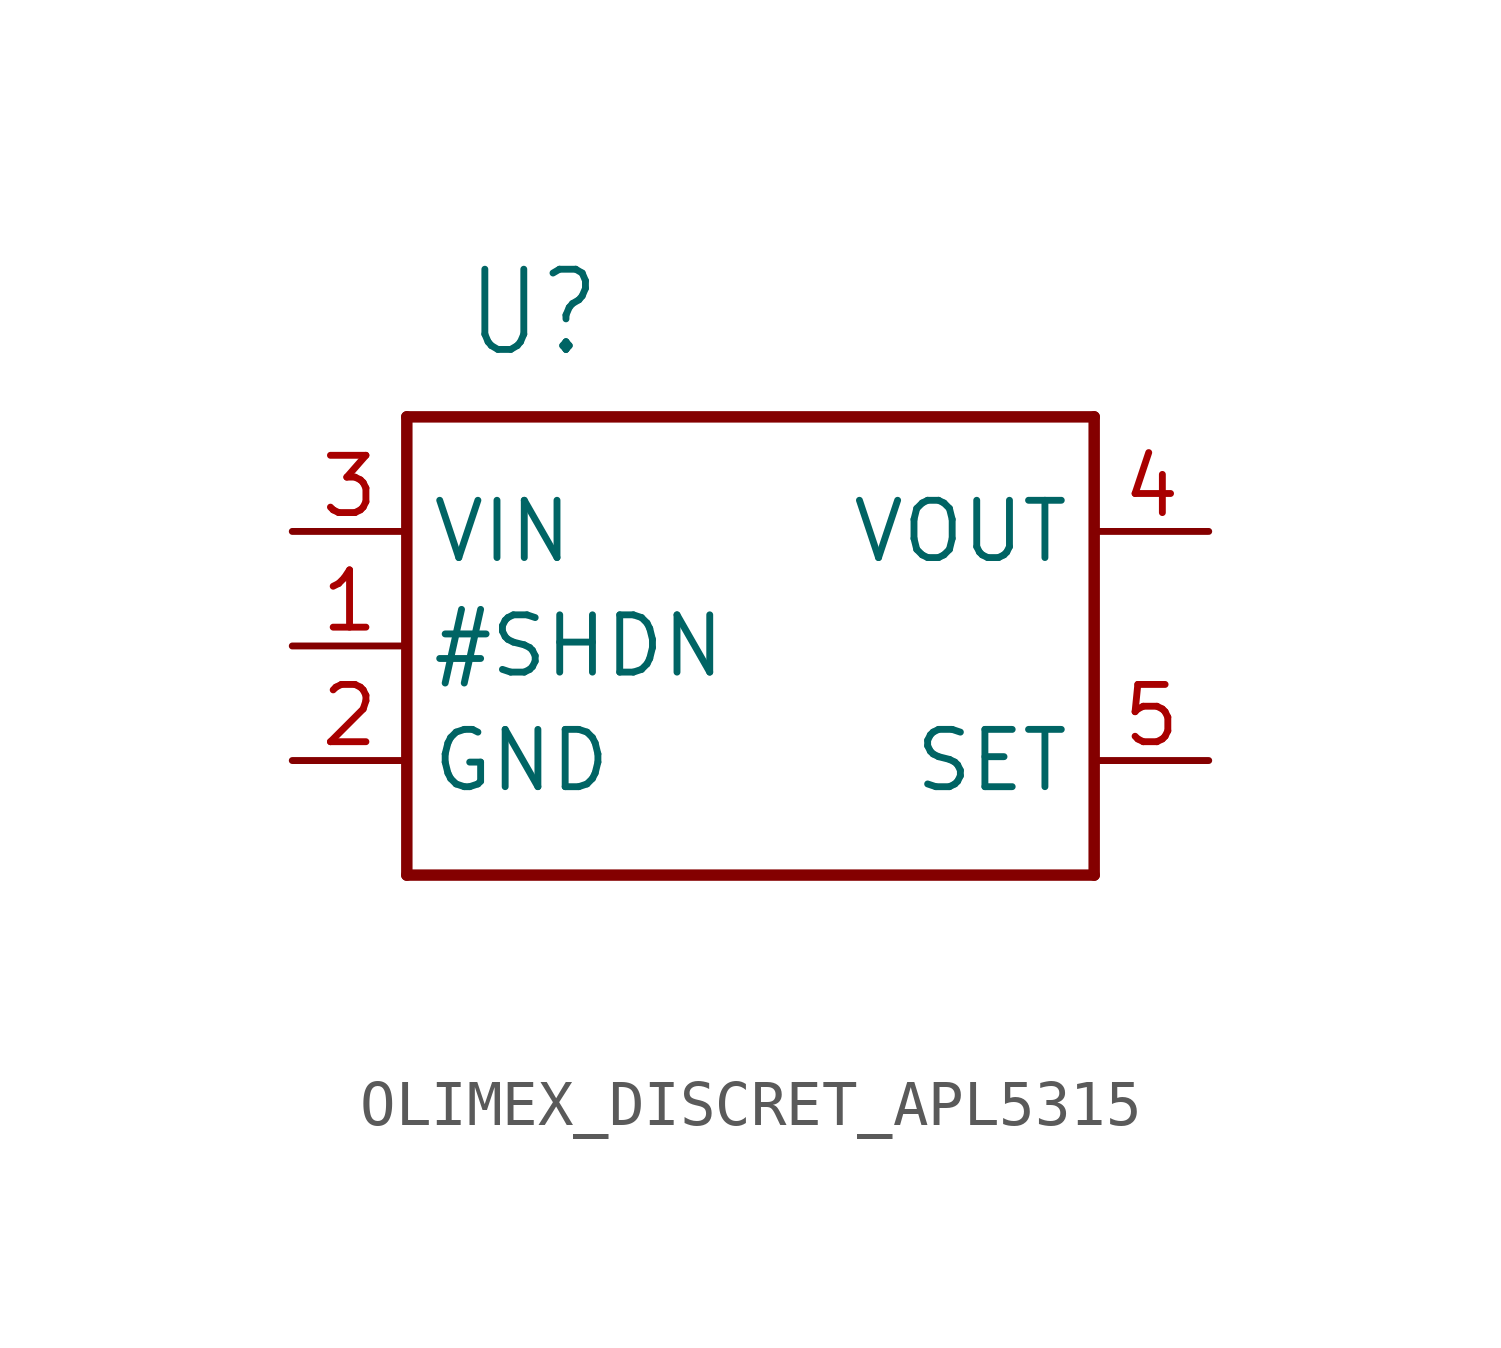
<source format=kicad_sym>
(kicad_symbol_lib
  (version 20231120)
  (generator "kicad_symbol_editor")
  (generator_version "8.0")
  (symbol "OLIMEX_DISCRET_APL5315"
    (property "Reference" "U"
      (at -6.35 6.35 0)
      (effects (font (size 1.778 1.511)) (justify left bottom)))
    (property "Value" ""
      (at -6.35 -7.62 0)
      (effects (font (size 1.778 1.511)) (justify left bottom)))
    (property "ki_locked" ""
      (at 0 0 0)
      (effects (font (size 1.27 1.27))))
    (symbol "OLIMEX_DISCRET_APL5315_1_0"
      (polyline (pts (xy -7.62 -5.08) (xy -7.62 5.08)) (stroke (width 0.254) (type solid)) (fill (type none)))
      (polyline (pts (xy -7.62 5.08) (xy 7.62 5.08)) (stroke (width 0.254) (type solid)) (fill (type none)))
      (polyline (pts (xy 7.62 -5.08) (xy -7.62 -5.08)) (stroke (width 0.254) (type solid)) (fill (type none)))
      (polyline (pts (xy 7.62 5.08) (xy 7.62 -5.08)) (stroke (width 0.254) (type solid)) (fill (type none)))
      (pin input line (at -10.16 0 0) (length 2.54) (name "#SHDN" (effects (font (size 1.27 1.27)))) (number "1" (effects (font (size 1.27 1.27)))))
      (pin power_in line (at -10.16 -2.54 0) (length 2.54) (name "GND" (effects (font (size 1.27 1.27)))) (number "2" (effects (font (size 1.27 1.27)))))
      (pin power_in line (at -10.16 2.54 0) (length 2.54) (name "VIN" (effects (font (size 1.27 1.27)))) (number "3" (effects (font (size 1.27 1.27)))))
      (pin output line (at 10.16 2.54 180) (length 2.54) (name "VOUT" (effects (font (size 1.27 1.27)))) (number "4" (effects (font (size 1.27 1.27)))))
      (pin input line (at 10.16 -2.54 180) (length 2.54) (name "SET" (effects (font (size 1.27 1.27)))) (number "5" (effects (font (size 1.27 1.27))))))))
</source>
